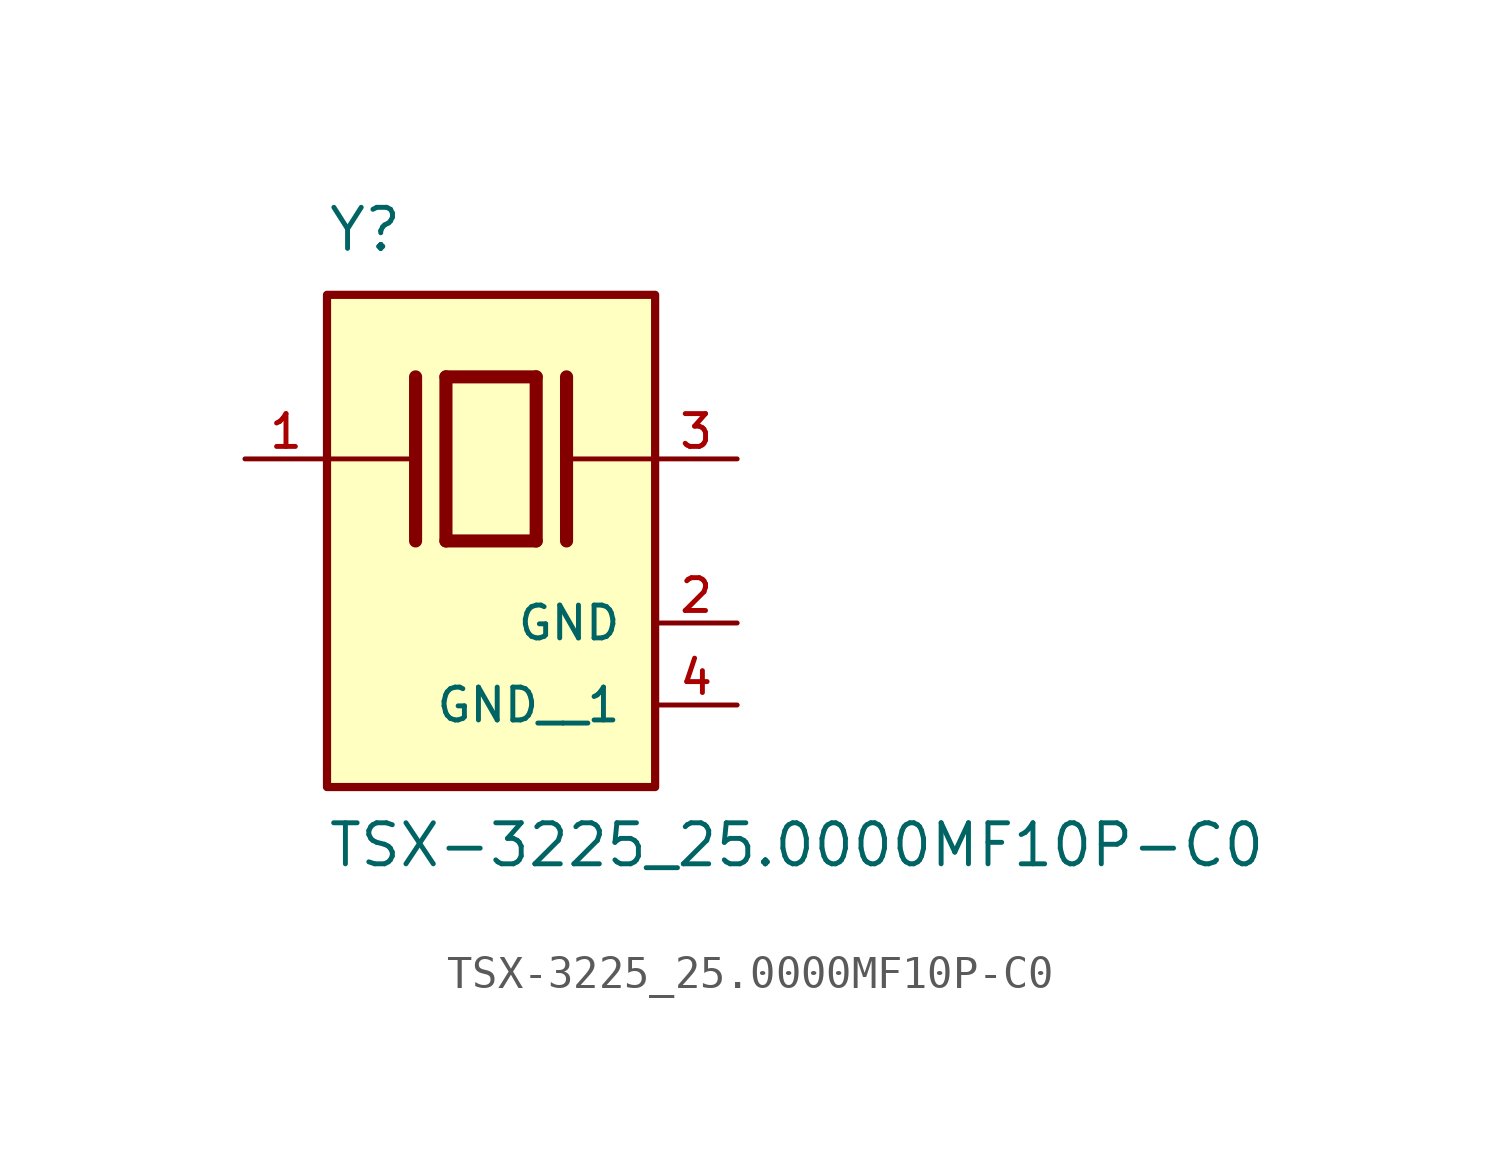
<source format=kicad_sym>
(kicad_symbol_lib
  (version 20211014)
  (generator kicad_symbol_editor)
  (symbol "TSX-3225_25.0000MF10P-C0"
    (pin_names
      (offset 1.016))
    (property "Reference" "Y"
      (at -5.088 6.356 0)
      (effects (font (size 1.27 1.27)) (justify bottom left)))
    (property "Value" "TSX-3225_25.0000MF10P-C0"
      (at -5.094 -12.7 0)
      (effects (font (size 1.27 1.27)) (justify bottom left)))
    (symbol "TSX-3225_25.0000MF10P-C0_0_0"
      (polyline (pts (xy -1.397 2.54) (xy 1.397 2.54)) (stroke (width 0.406)))
      (polyline (pts (xy 1.397 2.54) (xy 1.397 -2.54)) (stroke (width 0.406)))
      (polyline (pts (xy 1.397 -2.54) (xy -1.397 -2.54)) (stroke (width 0.406)))
      (polyline (pts (xy -1.397 2.54) (xy -1.397 -2.54)) (stroke (width 0.406)))
      (polyline (pts (xy 2.337 2.54) (xy 2.337 -2.54)) (stroke (width 0.406)))
      (polyline (pts (xy -2.337 2.54) (xy -2.337 -2.54)) (stroke (width 0.406)))
      (polyline (pts (xy -5.08 0.0) (xy -2.54 0.0)) (stroke (width 0.152)))
      (polyline (pts (xy 2.54 0.0) (xy 5.08 0.0)) (stroke (width 0.152)))
      (rectangle (start -5.08 -10.16) (end 5.08 5.08) (stroke (width 0.254)) (fill (type background)))
      (pin passive line (at 7.62 0.0 180.0) (length 2.54) (name "~" (effects (font (size 1.016 1.016)))) (number "3" (effects (font (size 1.016 1.016)))))
      (pin passive line (at -7.62 0.0 0) (length 2.54) (name "~" (effects (font (size 1.016 1.016)))) (number "1" (effects (font (size 1.016 1.016)))))
      (pin power_in line (at 7.62 -5.08 180.0) (length 2.54) (name "GND" (effects (font (size 1.016 1.016)))) (number "2" (effects (font (size 1.016 1.016)))))
      (pin power_in line (at 7.62 -7.62 180.0) (length 2.54) (name "GND__1" (effects (font (size 1.016 1.016)))) (number "4" (effects (font (size 1.016 1.016))))))))
</source>
